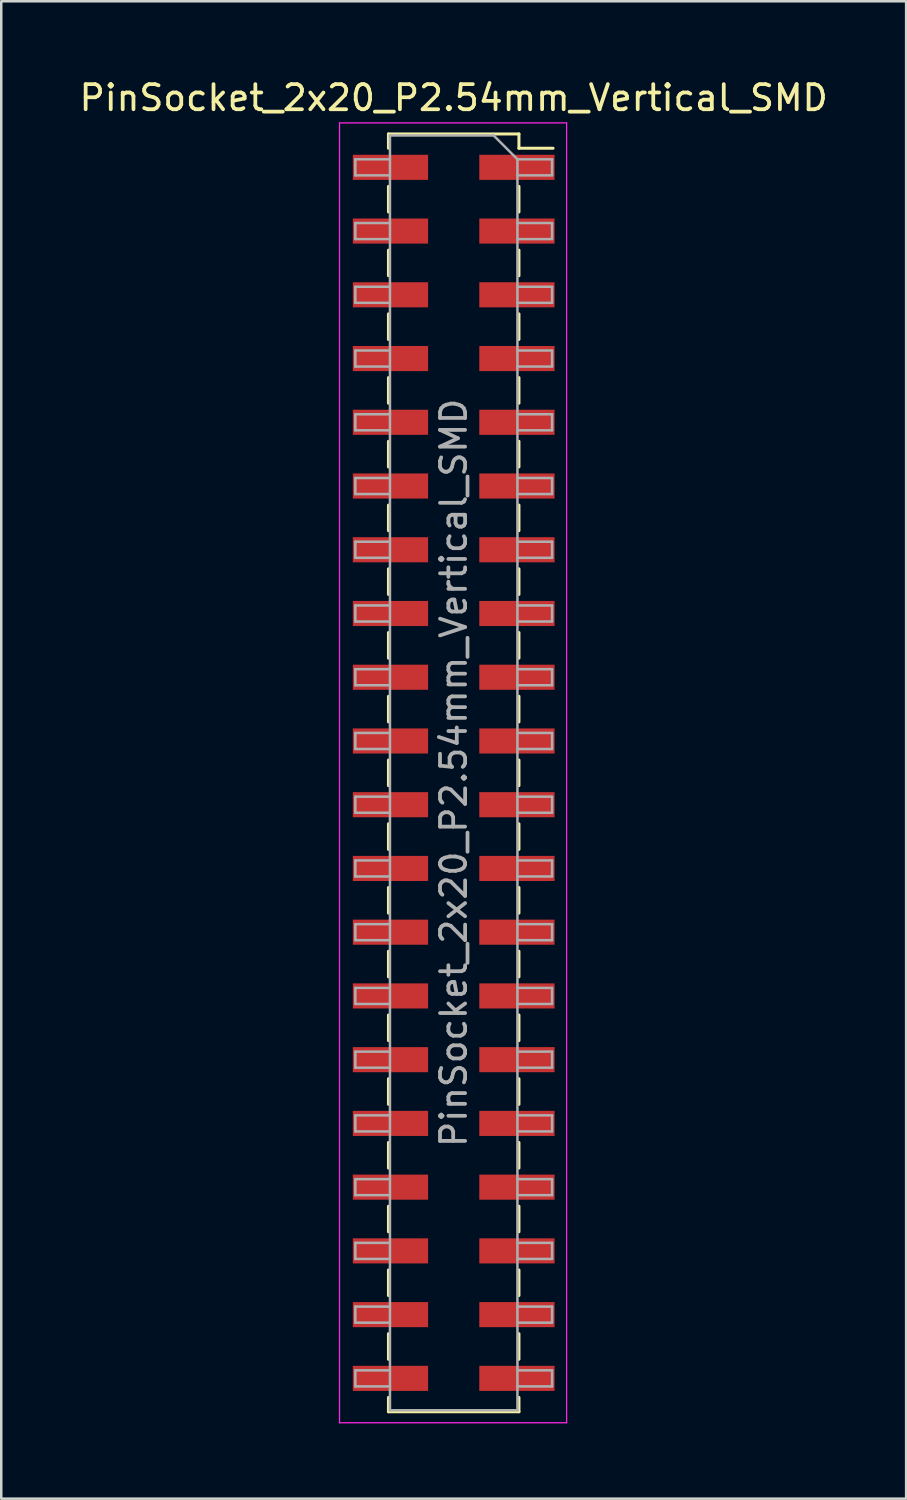
<source format=kicad_pcb>
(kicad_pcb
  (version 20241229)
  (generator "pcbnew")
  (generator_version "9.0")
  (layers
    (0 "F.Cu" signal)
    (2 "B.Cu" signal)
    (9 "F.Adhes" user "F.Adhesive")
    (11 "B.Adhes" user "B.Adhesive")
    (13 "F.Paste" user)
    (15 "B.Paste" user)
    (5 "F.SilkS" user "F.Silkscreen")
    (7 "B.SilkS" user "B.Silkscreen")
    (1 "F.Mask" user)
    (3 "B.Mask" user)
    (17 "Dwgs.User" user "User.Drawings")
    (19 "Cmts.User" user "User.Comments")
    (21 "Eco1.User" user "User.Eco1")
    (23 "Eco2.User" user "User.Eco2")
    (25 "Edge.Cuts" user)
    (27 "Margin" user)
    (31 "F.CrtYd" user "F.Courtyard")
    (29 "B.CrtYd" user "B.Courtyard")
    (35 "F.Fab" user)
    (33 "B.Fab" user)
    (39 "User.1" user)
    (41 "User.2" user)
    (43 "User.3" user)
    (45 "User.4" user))
  (footprint "PinSocket_2x20_P2.54mm_Vertical_SMD"
    (layer "F.Cu")
    (at 15.03 27.748)
    (property "Reference" "PinSocket_2x20_P2.54mm_Vertical_SMD" (at 0 -26.9 0) (layer "F.SilkS") (effects (font (size 1 1) (thickness 0.15))))
    (attr smd)
    (fp_line (start -2.6 -25.46) (end -2.6 -24.89) (stroke (width 0.12) (type solid)) (layer "F.SilkS"))
    (fp_line (start -2.6 -25.46) (end 2.6 -25.46) (stroke (width 0.12) (type solid)) (layer "F.SilkS"))
    (fp_line (start -2.6 -23.37) (end -2.6 -22.35) (stroke (width 0.12) (type solid)) (layer "F.SilkS"))
    (fp_line (start -2.6 -20.83) (end -2.6 -19.81) (stroke (width 0.12) (type solid)) (layer "F.SilkS"))
    (fp_line (start -2.6 -18.29) (end -2.6 -17.27) (stroke (width 0.12) (type solid)) (layer "F.SilkS"))
    (fp_line (start -2.6 -15.75) (end -2.6 -14.73) (stroke (width 0.12) (type solid)) (layer "F.SilkS"))
    (fp_line (start -2.6 -13.21) (end -2.6 -12.19) (stroke (width 0.12) (type solid)) (layer "F.SilkS"))
    (fp_line (start -2.6 -10.67) (end -2.6 -9.65) (stroke (width 0.12) (type solid)) (layer "F.SilkS"))
    (fp_line (start -2.6 -8.13) (end -2.6 -7.11) (stroke (width 0.12) (type solid)) (layer "F.SilkS"))
    (fp_line (start -2.6 -5.59) (end -2.6 -4.57) (stroke (width 0.12) (type solid)) (layer "F.SilkS"))
    (fp_line (start -2.6 -3.05) (end -2.6 -2.03) (stroke (width 0.12) (type solid)) (layer "F.SilkS"))
    (fp_line (start -2.6 -0.51) (end -2.6 0.51) (stroke (width 0.12) (type solid)) (layer "F.SilkS"))
    (fp_line (start -2.6 2.03) (end -2.6 3.05) (stroke (width 0.12) (type solid)) (layer "F.SilkS"))
    (fp_line (start -2.6 4.57) (end -2.6 5.59) (stroke (width 0.12) (type solid)) (layer "F.SilkS"))
    (fp_line (start -2.6 7.11) (end -2.6 8.13) (stroke (width 0.12) (type solid)) (layer "F.SilkS"))
    (fp_line (start -2.6 9.65) (end -2.6 10.67) (stroke (width 0.12) (type solid)) (layer "F.SilkS"))
    (fp_line (start -2.6 12.19) (end -2.6 13.21) (stroke (width 0.12) (type solid)) (layer "F.SilkS"))
    (fp_line (start -2.6 14.73) (end -2.6 15.75) (stroke (width 0.12) (type solid)) (layer "F.SilkS"))
    (fp_line (start -2.6 17.27) (end -2.6 18.29) (stroke (width 0.12) (type solid)) (layer "F.SilkS"))
    (fp_line (start -2.6 19.81) (end -2.6 20.83) (stroke (width 0.12) (type solid)) (layer "F.SilkS"))
    (fp_line (start -2.6 22.35) (end -2.6 23.37) (stroke (width 0.12) (type solid)) (layer "F.SilkS"))
    (fp_line (start -2.6 24.89) (end -2.6 25.46) (stroke (width 0.12) (type solid)) (layer "F.SilkS"))
    (fp_line (start -2.6 25.46) (end 2.6 25.46) (stroke (width 0.12) (type solid)) (layer "F.SilkS"))
    (fp_line (start 2.6 -25.46) (end 2.6 -24.89) (stroke (width 0.12) (type solid)) (layer "F.SilkS"))
    (fp_line (start 2.6 -24.89) (end 3.96 -24.89) (stroke (width 0.12) (type solid)) (layer "F.SilkS"))
    (fp_line (start 2.6 -23.37) (end 2.6 -22.35) (stroke (width 0.12) (type solid)) (layer "F.SilkS"))
    (fp_line (start 2.6 -20.83) (end 2.6 -19.81) (stroke (width 0.12) (type solid)) (layer "F.SilkS"))
    (fp_line (start 2.6 -18.29) (end 2.6 -17.27) (stroke (width 0.12) (type solid)) (layer "F.SilkS"))
    (fp_line (start 2.6 -15.75) (end 2.6 -14.73) (stroke (width 0.12) (type solid)) (layer "F.SilkS"))
    (fp_line (start 2.6 -13.21) (end 2.6 -12.19) (stroke (width 0.12) (type solid)) (layer "F.SilkS"))
    (fp_line (start 2.6 -10.67) (end 2.6 -9.65) (stroke (width 0.12) (type solid)) (layer "F.SilkS"))
    (fp_line (start 2.6 -8.13) (end 2.6 -7.11) (stroke (width 0.12) (type solid)) (layer "F.SilkS"))
    (fp_line (start 2.6 -5.59) (end 2.6 -4.57) (stroke (width 0.12) (type solid)) (layer "F.SilkS"))
    (fp_line (start 2.6 -3.05) (end 2.6 -2.03) (stroke (width 0.12) (type solid)) (layer "F.SilkS"))
    (fp_line (start 2.6 -0.51) (end 2.6 0.51) (stroke (width 0.12) (type solid)) (layer "F.SilkS"))
    (fp_line (start 2.6 2.03) (end 2.6 3.05) (stroke (width 0.12) (type solid)) (layer "F.SilkS"))
    (fp_line (start 2.6 4.57) (end 2.6 5.59) (stroke (width 0.12) (type solid)) (layer "F.SilkS"))
    (fp_line (start 2.6 7.11) (end 2.6 8.13) (stroke (width 0.12) (type solid)) (layer "F.SilkS"))
    (fp_line (start 2.6 9.65) (end 2.6 10.67) (stroke (width 0.12) (type solid)) (layer "F.SilkS"))
    (fp_line (start 2.6 12.19) (end 2.6 13.21) (stroke (width 0.12) (type solid)) (layer "F.SilkS"))
    (fp_line (start 2.6 14.73) (end 2.6 15.75) (stroke (width 0.12) (type solid)) (layer "F.SilkS"))
    (fp_line (start 2.6 17.27) (end 2.6 18.29) (stroke (width 0.12) (type solid)) (layer "F.SilkS"))
    (fp_line (start 2.6 19.81) (end 2.6 20.83) (stroke (width 0.12) (type solid)) (layer "F.SilkS"))
    (fp_line (start 2.6 22.35) (end 2.6 23.37) (stroke (width 0.12) (type solid)) (layer "F.SilkS"))
    (fp_line (start 2.6 24.89) (end 2.6 25.46) (stroke (width 0.12) (type solid)) (layer "F.SilkS"))
    (fp_line (start -4.55 -25.9) (end 4.5 -25.9) (stroke (width 0.05) (type solid)) (layer "F.CrtYd"))
    (fp_line (start -4.55 25.9) (end -4.55 -25.9) (stroke (width 0.05) (type solid)) (layer "F.CrtYd"))
    (fp_line (start 4.5 -25.9) (end 4.5 25.9) (stroke (width 0.05) (type solid)) (layer "F.CrtYd"))
    (fp_line (start 4.5 25.9) (end -4.55 25.9) (stroke (width 0.05) (type solid)) (layer "F.CrtYd"))
    (fp_line (start -3.92 -24.45) (end -2.54 -24.45) (stroke (width 0.1) (type solid)) (layer "F.Fab"))
    (fp_line (start -3.92 -23.81) (end -3.92 -24.45) (stroke (width 0.1) (type solid)) (layer "F.Fab"))
    (fp_line (start -3.92 -21.91) (end -2.54 -21.91) (stroke (width 0.1) (type solid)) (layer "F.Fab"))
    (fp_line (start -3.92 -21.27) (end -3.92 -21.91) (stroke (width 0.1) (type solid)) (layer "F.Fab"))
    (fp_line (start -3.92 -19.37) (end -2.54 -19.37) (stroke (width 0.1) (type solid)) (layer "F.Fab"))
    (fp_line (start -3.92 -18.73) (end -3.92 -19.37) (stroke (width 0.1) (type solid)) (layer "F.Fab"))
    (fp_line (start -3.92 -16.83) (end -2.54 -16.83) (stroke (width 0.1) (type solid)) (layer "F.Fab"))
    (fp_line (start -3.92 -16.19) (end -3.92 -16.83) (stroke (width 0.1) (type solid)) (layer "F.Fab"))
    (fp_line (start -3.92 -14.29) (end -2.54 -14.29) (stroke (width 0.1) (type solid)) (layer "F.Fab"))
    (fp_line (start -3.92 -13.65) (end -3.92 -14.29) (stroke (width 0.1) (type solid)) (layer "F.Fab"))
    (fp_line (start -3.92 -11.75) (end -2.54 -11.75) (stroke (width 0.1) (type solid)) (layer "F.Fab"))
    (fp_line (start -3.92 -11.11) (end -3.92 -11.75) (stroke (width 0.1) (type solid)) (layer "F.Fab"))
    (fp_line (start -3.92 -9.21) (end -2.54 -9.21) (stroke (width 0.1) (type solid)) (layer "F.Fab"))
    (fp_line (start -3.92 -8.57) (end -3.92 -9.21) (stroke (width 0.1) (type solid)) (layer "F.Fab"))
    (fp_line (start -3.92 -6.67) (end -2.54 -6.67) (stroke (width 0.1) (type solid)) (layer "F.Fab"))
    (fp_line (start -3.92 -6.03) (end -3.92 -6.67) (stroke (width 0.1) (type solid)) (layer "F.Fab"))
    (fp_line (start -3.92 -4.13) (end -2.54 -4.13) (stroke (width 0.1) (type solid)) (layer "F.Fab"))
    (fp_line (start -3.92 -3.49) (end -3.92 -4.13) (stroke (width 0.1) (type solid)) (layer "F.Fab"))
    (fp_line (start -3.92 -1.59) (end -2.54 -1.59) (stroke (width 0.1) (type solid)) (layer "F.Fab"))
    (fp_line (start -3.92 -0.95) (end -3.92 -1.59) (stroke (width 0.1) (type solid)) (layer "F.Fab"))
    (fp_line (start -3.92 0.95) (end -2.54 0.95) (stroke (width 0.1) (type solid)) (layer "F.Fab"))
    (fp_line (start -3.92 1.59) (end -3.92 0.95) (stroke (width 0.1) (type solid)) (layer "F.Fab"))
    (fp_line (start -3.92 3.49) (end -2.54 3.49) (stroke (width 0.1) (type solid)) (layer "F.Fab"))
    (fp_line (start -3.92 4.13) (end -3.92 3.49) (stroke (width 0.1) (type solid)) (layer "F.Fab"))
    (fp_line (start -3.92 6.03) (end -2.54 6.03) (stroke (width 0.1) (type solid)) (layer "F.Fab"))
    (fp_line (start -3.92 6.67) (end -3.92 6.03) (stroke (width 0.1) (type solid)) (layer "F.Fab"))
    (fp_line (start -3.92 8.57) (end -2.54 8.57) (stroke (width 0.1) (type solid)) (layer "F.Fab"))
    (fp_line (start -3.92 9.21) (end -3.92 8.57) (stroke (width 0.1) (type solid)) (layer "F.Fab"))
    (fp_line (start -3.92 11.11) (end -2.54 11.11) (stroke (width 0.1) (type solid)) (layer "F.Fab"))
    (fp_line (start -3.92 11.75) (end -3.92 11.11) (stroke (width 0.1) (type solid)) (layer "F.Fab"))
    (fp_line (start -3.92 13.65) (end -2.54 13.65) (stroke (width 0.1) (type solid)) (layer "F.Fab"))
    (fp_line (start -3.92 14.29) (end -3.92 13.65) (stroke (width 0.1) (type solid)) (layer "F.Fab"))
    (fp_line (start -3.92 16.19) (end -2.54 16.19) (stroke (width 0.1) (type solid)) (layer "F.Fab"))
    (fp_line (start -3.92 16.83) (end -3.92 16.19) (stroke (width 0.1) (type solid)) (layer "F.Fab"))
    (fp_line (start -3.92 18.73) (end -2.54 18.73) (stroke (width 0.1) (type solid)) (layer "F.Fab"))
    (fp_line (start -3.92 19.37) (end -3.92 18.73) (stroke (width 0.1) (type solid)) (layer "F.Fab"))
    (fp_line (start -3.92 21.27) (end -2.54 21.27) (stroke (width 0.1) (type solid)) (layer "F.Fab"))
    (fp_line (start -3.92 21.91) (end -3.92 21.27) (stroke (width 0.1) (type solid)) (layer "F.Fab"))
    (fp_line (start -3.92 23.81) (end -2.54 23.81) (stroke (width 0.1) (type solid)) (layer "F.Fab"))
    (fp_line (start -3.92 24.45) (end -3.92 23.81) (stroke (width 0.1) (type solid)) (layer "F.Fab"))
    (fp_line (start -2.54 -25.4) (end 1.59 -25.4) (stroke (width 0.1) (type solid)) (layer "F.Fab"))
    (fp_line (start -2.54 -23.81) (end -3.92 -23.81) (stroke (width 0.1) (type solid)) (layer "F.Fab"))
    (fp_line (start -2.54 -21.27) (end -3.92 -21.27) (stroke (width 0.1) (type solid)) (layer "F.Fab"))
    (fp_line (start -2.54 -18.73) (end -3.92 -18.73) (stroke (width 0.1) (type solid)) (layer "F.Fab"))
    (fp_line (start -2.54 -16.19) (end -3.92 -16.19) (stroke (width 0.1) (type solid)) (layer "F.Fab"))
    (fp_line (start -2.54 -13.65) (end -3.92 -13.65) (stroke (width 0.1) (type solid)) (layer "F.Fab"))
    (fp_line (start -2.54 -11.11) (end -3.92 -11.11) (stroke (width 0.1) (type solid)) (layer "F.Fab"))
    (fp_line (start -2.54 -8.57) (end -3.92 -8.57) (stroke (width 0.1) (type solid)) (layer "F.Fab"))
    (fp_line (start -2.54 -6.03) (end -3.92 -6.03) (stroke (width 0.1) (type solid)) (layer "F.Fab"))
    (fp_line (start -2.54 -3.49) (end -3.92 -3.49) (stroke (width 0.1) (type solid)) (layer "F.Fab"))
    (fp_line (start -2.54 -0.95) (end -3.92 -0.95) (stroke (width 0.1) (type solid)) (layer "F.Fab"))
    (fp_line (start -2.54 1.59) (end -3.92 1.59) (stroke (width 0.1) (type solid)) (layer "F.Fab"))
    (fp_line (start -2.54 4.13) (end -3.92 4.13) (stroke (width 0.1) (type solid)) (layer "F.Fab"))
    (fp_line (start -2.54 6.67) (end -3.92 6.67) (stroke (width 0.1) (type solid)) (layer "F.Fab"))
    (fp_line (start -2.54 9.21) (end -3.92 9.21) (stroke (width 0.1) (type solid)) (layer "F.Fab"))
    (fp_line (start -2.54 11.75) (end -3.92 11.75) (stroke (width 0.1) (type solid)) (layer "F.Fab"))
    (fp_line (start -2.54 14.29) (end -3.92 14.29) (stroke (width 0.1) (type solid)) (layer "F.Fab"))
    (fp_line (start -2.54 16.83) (end -3.92 16.83) (stroke (width 0.1) (type solid)) (layer "F.Fab"))
    (fp_line (start -2.54 19.37) (end -3.92 19.37) (stroke (width 0.1) (type solid)) (layer "F.Fab"))
    (fp_line (start -2.54 21.91) (end -3.92 21.91) (stroke (width 0.1) (type solid)) (layer "F.Fab"))
    (fp_line (start -2.54 24.45) (end -3.92 24.45) (stroke (width 0.1) (type solid)) (layer "F.Fab"))
    (fp_line (start -2.54 25.4) (end -2.54 -25.4) (stroke (width 0.1) (type solid)) (layer "F.Fab"))
    (fp_line (start 1.59 -25.4) (end 2.54 -24.45) (stroke (width 0.1) (type solid)) (layer "F.Fab"))
    (fp_line (start 2.54 -24.45) (end 2.54 25.4) (stroke (width 0.1) (type solid)) (layer "F.Fab"))
    (fp_line (start 2.54 -24.45) (end 3.92 -24.45) (stroke (width 0.1) (type solid)) (layer "F.Fab"))
    (fp_line (start 2.54 -21.91) (end 3.92 -21.91) (stroke (width 0.1) (type solid)) (layer "F.Fab"))
    (fp_line (start 2.54 -19.37) (end 3.92 -19.37) (stroke (width 0.1) (type solid)) (layer "F.Fab"))
    (fp_line (start 2.54 -16.83) (end 3.92 -16.83) (stroke (width 0.1) (type solid)) (layer "F.Fab"))
    (fp_line (start 2.54 -14.29) (end 3.92 -14.29) (stroke (width 0.1) (type solid)) (layer "F.Fab"))
    (fp_line (start 2.54 -11.75) (end 3.92 -11.75) (stroke (width 0.1) (type solid)) (layer "F.Fab"))
    (fp_line (start 2.54 -9.21) (end 3.92 -9.21) (stroke (width 0.1) (type solid)) (layer "F.Fab"))
    (fp_line (start 2.54 -6.67) (end 3.92 -6.67) (stroke (width 0.1) (type solid)) (layer "F.Fab"))
    (fp_line (start 2.54 -4.13) (end 3.92 -4.13) (stroke (width 0.1) (type solid)) (layer "F.Fab"))
    (fp_line (start 2.54 -1.59) (end 3.92 -1.59) (stroke (width 0.1) (type solid)) (layer "F.Fab"))
    (fp_line (start 2.54 0.95) (end 3.92 0.95) (stroke (width 0.1) (type solid)) (layer "F.Fab"))
    (fp_line (start 2.54 3.49) (end 3.92 3.49) (stroke (width 0.1) (type solid)) (layer "F.Fab"))
    (fp_line (start 2.54 6.03) (end 3.92 6.03) (stroke (width 0.1) (type solid)) (layer "F.Fab"))
    (fp_line (start 2.54 8.57) (end 3.92 8.57) (stroke (width 0.1) (type solid)) (layer "F.Fab"))
    (fp_line (start 2.54 11.11) (end 3.92 11.11) (stroke (width 0.1) (type solid)) (layer "F.Fab"))
    (fp_line (start 2.54 13.65) (end 3.92 13.65) (stroke (width 0.1) (type solid)) (layer "F.Fab"))
    (fp_line (start 2.54 16.19) (end 3.92 16.19) (stroke (width 0.1) (type solid)) (layer "F.Fab"))
    (fp_line (start 2.54 18.73) (end 3.92 18.73) (stroke (width 0.1) (type solid)) (layer "F.Fab"))
    (fp_line (start 2.54 21.27) (end 3.92 21.27) (stroke (width 0.1) (type solid)) (layer "F.Fab"))
    (fp_line (start 2.54 23.81) (end 3.92 23.81) (stroke (width 0.1) (type solid)) (layer "F.Fab"))
    (fp_line (start 2.54 25.4) (end -2.54 25.4) (stroke (width 0.1) (type solid)) (layer "F.Fab"))
    (fp_line (start 3.92 -24.45) (end 3.92 -23.81) (stroke (width 0.1) (type solid)) (layer "F.Fab"))
    (fp_line (start 3.92 -23.81) (end 2.54 -23.81) (stroke (width 0.1) (type solid)) (layer "F.Fab"))
    (fp_line (start 3.92 -21.91) (end 3.92 -21.27) (stroke (width 0.1) (type solid)) (layer "F.Fab"))
    (fp_line (start 3.92 -21.27) (end 2.54 -21.27) (stroke (width 0.1) (type solid)) (layer "F.Fab"))
    (fp_line (start 3.92 -19.37) (end 3.92 -18.73) (stroke (width 0.1) (type solid)) (layer "F.Fab"))
    (fp_line (start 3.92 -18.73) (end 2.54 -18.73) (stroke (width 0.1) (type solid)) (layer "F.Fab"))
    (fp_line (start 3.92 -16.83) (end 3.92 -16.19) (stroke (width 0.1) (type solid)) (layer "F.Fab"))
    (fp_line (start 3.92 -16.19) (end 2.54 -16.19) (stroke (width 0.1) (type solid)) (layer "F.Fab"))
    (fp_line (start 3.92 -14.29) (end 3.92 -13.65) (stroke (width 0.1) (type solid)) (layer "F.Fab"))
    (fp_line (start 3.92 -13.65) (end 2.54 -13.65) (stroke (width 0.1) (type solid)) (layer "F.Fab"))
    (fp_line (start 3.92 -11.75) (end 3.92 -11.11) (stroke (width 0.1) (type solid)) (layer "F.Fab"))
    (fp_line (start 3.92 -11.11) (end 2.54 -11.11) (stroke (width 0.1) (type solid)) (layer "F.Fab"))
    (fp_line (start 3.92 -9.21) (end 3.92 -8.57) (stroke (width 0.1) (type solid)) (layer "F.Fab"))
    (fp_line (start 3.92 -8.57) (end 2.54 -8.57) (stroke (width 0.1) (type solid)) (layer "F.Fab"))
    (fp_line (start 3.92 -6.67) (end 3.92 -6.03) (stroke (width 0.1) (type solid)) (layer "F.Fab"))
    (fp_line (start 3.92 -6.03) (end 2.54 -6.03) (stroke (width 0.1) (type solid)) (layer "F.Fab"))
    (fp_line (start 3.92 -4.13) (end 3.92 -3.49) (stroke (width 0.1) (type solid)) (layer "F.Fab"))
    (fp_line (start 3.92 -3.49) (end 2.54 -3.49) (stroke (width 0.1) (type solid)) (layer "F.Fab"))
    (fp_line (start 3.92 -1.59) (end 3.92 -0.95) (stroke (width 0.1) (type solid)) (layer "F.Fab"))
    (fp_line (start 3.92 -0.95) (end 2.54 -0.95) (stroke (width 0.1) (type solid)) (layer "F.Fab"))
    (fp_line (start 3.92 0.95) (end 3.92 1.59) (stroke (width 0.1) (type solid)) (layer "F.Fab"))
    (fp_line (start 3.92 1.59) (end 2.54 1.59) (stroke (width 0.1) (type solid)) (layer "F.Fab"))
    (fp_line (start 3.92 3.49) (end 3.92 4.13) (stroke (width 0.1) (type solid)) (layer "F.Fab"))
    (fp_line (start 3.92 4.13) (end 2.54 4.13) (stroke (width 0.1) (type solid)) (layer "F.Fab"))
    (fp_line (start 3.92 6.03) (end 3.92 6.67) (stroke (width 0.1) (type solid)) (layer "F.Fab"))
    (fp_line (start 3.92 6.67) (end 2.54 6.67) (stroke (width 0.1) (type solid)) (layer "F.Fab"))
    (fp_line (start 3.92 8.57) (end 3.92 9.21) (stroke (width 0.1) (type solid)) (layer "F.Fab"))
    (fp_line (start 3.92 9.21) (end 2.54 9.21) (stroke (width 0.1) (type solid)) (layer "F.Fab"))
    (fp_line (start 3.92 11.11) (end 3.92 11.75) (stroke (width 0.1) (type solid)) (layer "F.Fab"))
    (fp_line (start 3.92 11.75) (end 2.54 11.75) (stroke (width 0.1) (type solid)) (layer "F.Fab"))
    (fp_line (start 3.92 13.65) (end 3.92 14.29) (stroke (width 0.1) (type solid)) (layer "F.Fab"))
    (fp_line (start 3.92 14.29) (end 2.54 14.29) (stroke (width 0.1) (type solid)) (layer "F.Fab"))
    (fp_line (start 3.92 16.19) (end 3.92 16.83) (stroke (width 0.1) (type solid)) (layer "F.Fab"))
    (fp_line (start 3.92 16.83) (end 2.54 16.83) (stroke (width 0.1) (type solid)) (layer "F.Fab"))
    (fp_line (start 3.92 18.73) (end 3.92 19.37) (stroke (width 0.1) (type solid)) (layer "F.Fab"))
    (fp_line (start 3.92 19.37) (end 2.54 19.37) (stroke (width 0.1) (type solid)) (layer "F.Fab"))
    (fp_line (start 3.92 21.27) (end 3.92 21.91) (stroke (width 0.1) (type solid)) (layer "F.Fab"))
    (fp_line (start 3.92 21.91) (end 2.54 21.91) (stroke (width 0.1) (type solid)) (layer "F.Fab"))
    (fp_line (start 3.92 23.81) (end 3.92 24.45) (stroke (width 0.1) (type solid)) (layer "F.Fab"))
    (fp_line (start 3.92 24.45) (end 2.54 24.45) (stroke (width 0.1) (type solid)) (layer "F.Fab"))
    (fp_text user "${REFERENCE}" (at 0 0 90) (layer "F.Fab") (effects (font (size 1 1) (thickness 0.15))))
    (pad "1" smd rect (at 2.52 -24.13) (size 3 1) (layers "F.Cu" "F.Mask" "F.Paste"))
    (pad "2" smd rect (at -2.52 -24.13) (size 3 1) (layers "F.Cu" "F.Mask" "F.Paste"))
    (pad "3" smd rect (at 2.52 -21.59) (size 3 1) (layers "F.Cu" "F.Mask" "F.Paste"))
    (pad "4" smd rect (at -2.52 -21.59) (size 3 1) (layers "F.Cu" "F.Mask" "F.Paste"))
    (pad "5" smd rect (at 2.52 -19.05) (size 3 1) (layers "F.Cu" "F.Mask" "F.Paste"))
    (pad "6" smd rect (at -2.52 -19.05) (size 3 1) (layers "F.Cu" "F.Mask" "F.Paste"))
    (pad "7" smd rect (at 2.52 -16.51) (size 3 1) (layers "F.Cu" "F.Mask" "F.Paste"))
    (pad "8" smd rect (at -2.52 -16.51) (size 3 1) (layers "F.Cu" "F.Mask" "F.Paste"))
    (pad "9" smd rect (at 2.52 -13.97) (size 3 1) (layers "F.Cu" "F.Mask" "F.Paste"))
    (pad "10" smd rect (at -2.52 -13.97) (size 3 1) (layers "F.Cu" "F.Mask" "F.Paste"))
    (pad "11" smd rect (at 2.52 -11.43) (size 3 1) (layers "F.Cu" "F.Mask" "F.Paste"))
    (pad "12" smd rect (at -2.52 -11.43) (size 3 1) (layers "F.Cu" "F.Mask" "F.Paste"))
    (pad "13" smd rect (at 2.52 -8.89) (size 3 1) (layers "F.Cu" "F.Mask" "F.Paste"))
    (pad "14" smd rect (at -2.52 -8.89) (size 3 1) (layers "F.Cu" "F.Mask" "F.Paste"))
    (pad "15" smd rect (at 2.52 -6.35) (size 3 1) (layers "F.Cu" "F.Mask" "F.Paste"))
    (pad "16" smd rect (at -2.52 -6.35) (size 3 1) (layers "F.Cu" "F.Mask" "F.Paste"))
    (pad "17" smd rect (at 2.52 -3.81) (size 3 1) (layers "F.Cu" "F.Mask" "F.Paste"))
    (pad "18" smd rect (at -2.52 -3.81) (size 3 1) (layers "F.Cu" "F.Mask" "F.Paste"))
    (pad "19" smd rect (at 2.52 -1.27) (size 3 1) (layers "F.Cu" "F.Mask" "F.Paste"))
    (pad "20" smd rect (at -2.52 -1.27) (size 3 1) (layers "F.Cu" "F.Mask" "F.Paste"))
    (pad "21" smd rect (at 2.52 1.27) (size 3 1) (layers "F.Cu" "F.Mask" "F.Paste"))
    (pad "22" smd rect (at -2.52 1.27) (size 3 1) (layers "F.Cu" "F.Mask" "F.Paste"))
    (pad "23" smd rect (at 2.52 3.81) (size 3 1) (layers "F.Cu" "F.Mask" "F.Paste"))
    (pad "24" smd rect (at -2.52 3.81) (size 3 1) (layers "F.Cu" "F.Mask" "F.Paste"))
    (pad "25" smd rect (at 2.52 6.35) (size 3 1) (layers "F.Cu" "F.Mask" "F.Paste"))
    (pad "26" smd rect (at -2.52 6.35) (size 3 1) (layers "F.Cu" "F.Mask" "F.Paste"))
    (pad "27" smd rect (at 2.52 8.89) (size 3 1) (layers "F.Cu" "F.Mask" "F.Paste"))
    (pad "28" smd rect (at -2.52 8.89) (size 3 1) (layers "F.Cu" "F.Mask" "F.Paste"))
    (pad "29" smd rect (at 2.52 11.43) (size 3 1) (layers "F.Cu" "F.Mask" "F.Paste"))
    (pad "30" smd rect (at -2.52 11.43) (size 3 1) (layers "F.Cu" "F.Mask" "F.Paste"))
    (pad "31" smd rect (at 2.52 13.97) (size 3 1) (layers "F.Cu" "F.Mask" "F.Paste"))
    (pad "32" smd rect (at -2.52 13.97) (size 3 1) (layers "F.Cu" "F.Mask" "F.Paste"))
    (pad "33" smd rect (at 2.52 16.51) (size 3 1) (layers "F.Cu" "F.Mask" "F.Paste"))
    (pad "34" smd rect (at -2.52 16.51) (size 3 1) (layers "F.Cu" "F.Mask" "F.Paste"))
    (pad "35" smd rect (at 2.52 19.05) (size 3 1) (layers "F.Cu" "F.Mask" "F.Paste"))
    (pad "36" smd rect (at -2.52 19.05) (size 3 1) (layers "F.Cu" "F.Mask" "F.Paste"))
    (pad "37" smd rect (at 2.52 21.59) (size 3 1) (layers "F.Cu" "F.Mask" "F.Paste"))
    (pad "38" smd rect (at -2.52 21.59) (size 3 1) (layers "F.Cu" "F.Mask" "F.Paste"))
    (pad "39" smd rect (at 2.52 24.13) (size 3 1) (layers "F.Cu" "F.Mask" "F.Paste"))
    (pad "40" smd rect (at -2.52 24.13) (size 3 1) (layers "F.Cu" "F.Mask" "F.Paste")))
  (gr_rect
    (start -3 -3)
    (end 33.06 56.673)
    (stroke (width 0.1) (type default))
    (fill no)
    (layer "Edge.Cuts")))
</source>
